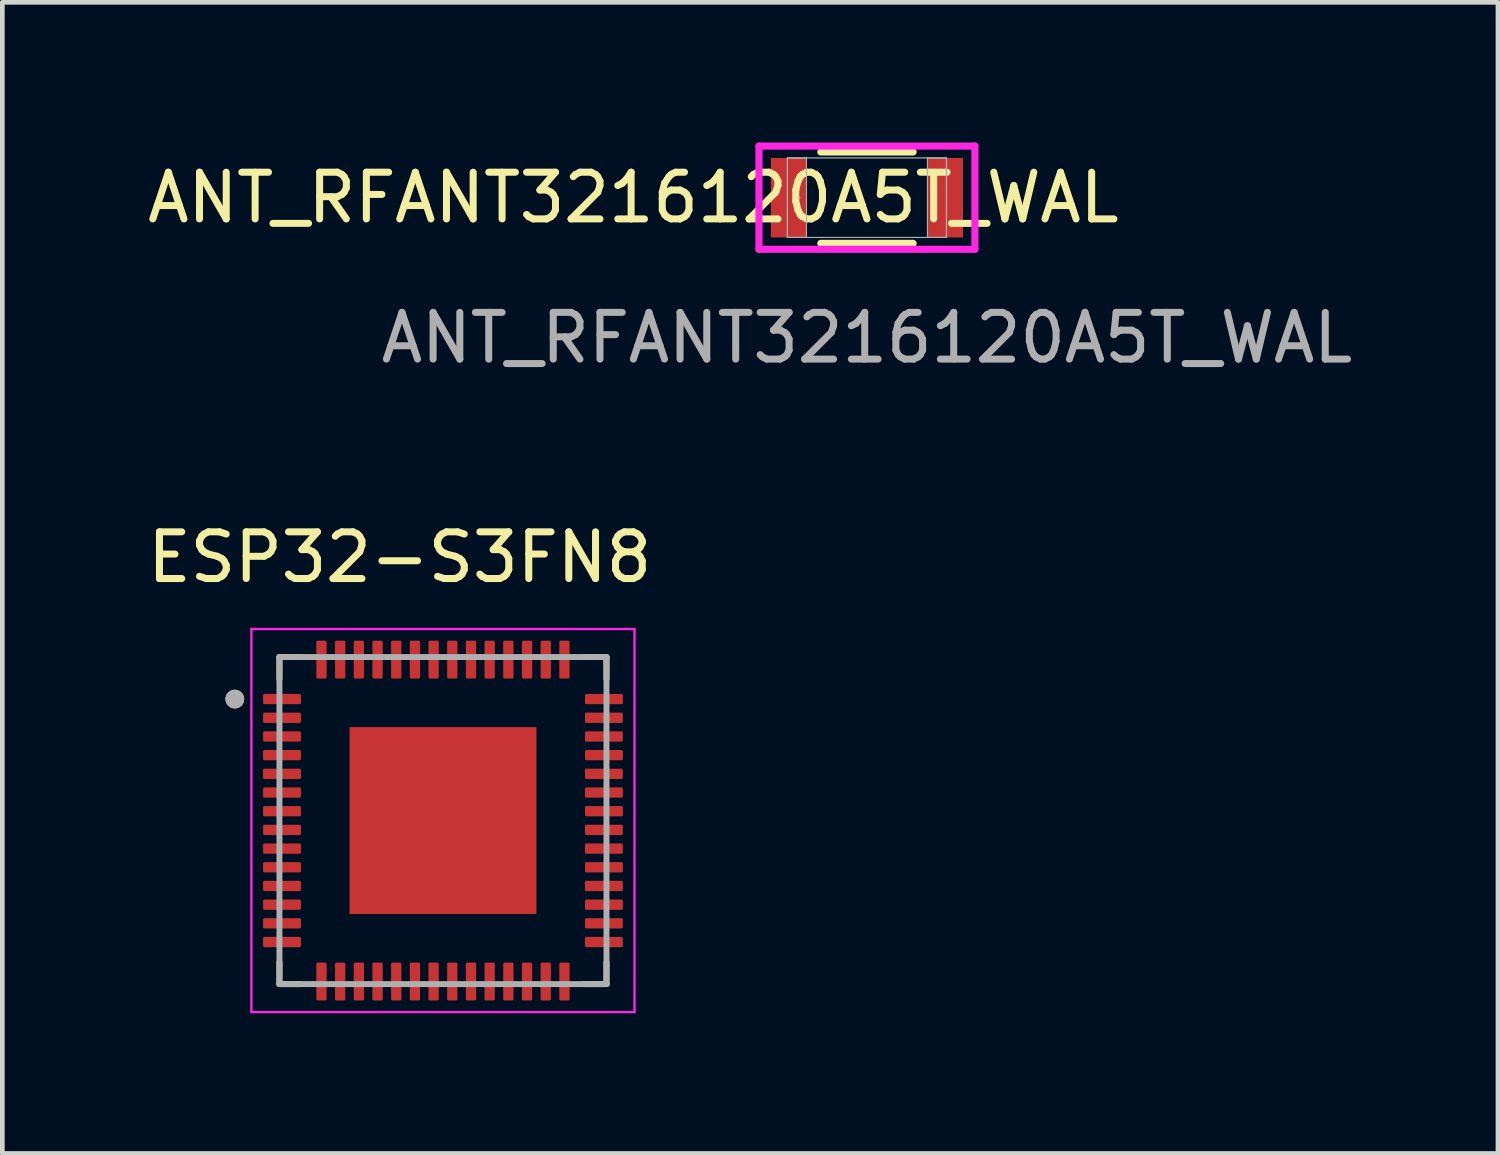
<source format=kicad_pcb>
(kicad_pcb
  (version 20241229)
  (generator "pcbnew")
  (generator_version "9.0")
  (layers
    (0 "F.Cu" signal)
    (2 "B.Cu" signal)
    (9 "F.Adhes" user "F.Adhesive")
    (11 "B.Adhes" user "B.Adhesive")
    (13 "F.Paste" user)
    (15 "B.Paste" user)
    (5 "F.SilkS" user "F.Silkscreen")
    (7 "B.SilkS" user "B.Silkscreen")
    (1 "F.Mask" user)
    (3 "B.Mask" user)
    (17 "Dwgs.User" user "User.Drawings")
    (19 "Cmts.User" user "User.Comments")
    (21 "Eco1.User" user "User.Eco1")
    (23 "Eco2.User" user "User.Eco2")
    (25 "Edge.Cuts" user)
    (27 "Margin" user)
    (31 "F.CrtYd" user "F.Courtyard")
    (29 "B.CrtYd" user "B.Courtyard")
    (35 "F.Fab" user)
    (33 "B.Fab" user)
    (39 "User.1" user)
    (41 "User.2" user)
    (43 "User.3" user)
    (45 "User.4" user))
  (footprint "ESP32-S3FN8"
    (layer "F.Cu")
    (at 6.431 14.513)
    (property "Reference" "ESP32-S3FN8" (at -0.925 -5.635 0) (layer "F.SilkS") (effects (font (size 1 1) (thickness 0.15))))
    (attr smd)
    (fp_line (start -3.5 -3.5) (end -3.5 -3.03) (stroke (width 0.127) (type solid)) (layer "F.SilkS"))
    (fp_line (start -3.5 -3.5) (end -3.03 -3.5) (stroke (width 0.127) (type solid)) (layer "F.SilkS"))
    (fp_line (start -3.5 3.5) (end -3.5 3.03) (stroke (width 0.127) (type solid)) (layer "F.SilkS"))
    (fp_line (start -3.5 3.5) (end -3.03 3.5) (stroke (width 0.127) (type solid)) (layer "F.SilkS"))
    (fp_line (start 3.5 -3.5) (end 3.03 -3.5) (stroke (width 0.127) (type solid)) (layer "F.SilkS"))
    (fp_line (start 3.5 -3.5) (end 3.5 -3.03) (stroke (width 0.127) (type solid)) (layer "F.SilkS"))
    (fp_line (start 3.5 3.5) (end 3.03 3.5) (stroke (width 0.127) (type solid)) (layer "F.SilkS"))
    (fp_line (start 3.5 3.5) (end 3.5 3.03) (stroke (width 0.127) (type solid)) (layer "F.SilkS"))
    (fp_circle (center -4.455 -2.6) (end -4.355 -2.6) (stroke (width 0.2) (type solid)) (fill no) (layer "F.SilkS"))
    (fp_poly (pts (xy -1.515 -1.515) (xy -0.245 -1.515) (xy -0.245 -0.245) (xy -1.515 -0.245)) (stroke (width 0.01) (type solid)) (fill yes) (layer "F.Paste"))
    (fp_poly (pts (xy -1.515 0.245) (xy -0.245 0.245) (xy -0.245 1.515) (xy -1.515 1.515)) (stroke (width 0.01) (type solid)) (fill yes) (layer "F.Paste"))
    (fp_poly (pts (xy 0.245 -1.515) (xy 1.515 -1.515) (xy 1.515 -0.245) (xy 0.245 -0.245)) (stroke (width 0.01) (type solid)) (fill yes) (layer "F.Paste"))
    (fp_poly (pts (xy 0.245 0.245) (xy 1.515 0.245) (xy 1.515 1.515) (xy 0.245 1.515)) (stroke (width 0.01) (type solid)) (fill yes) (layer "F.Paste"))
    (fp_line (start -4.1 -4.1) (end 4.1 -4.1) (stroke (width 0.05) (type solid)) (layer "F.CrtYd"))
    (fp_line (start -4.1 4.1) (end -4.1 -4.1) (stroke (width 0.05) (type solid)) (layer "F.CrtYd"))
    (fp_line (start -4.1 4.1) (end 4.1 4.1) (stroke (width 0.05) (type solid)) (layer "F.CrtYd"))
    (fp_line (start 4.1 4.1) (end 4.1 -4.1) (stroke (width 0.05) (type solid)) (layer "F.CrtYd"))
    (fp_line (start -3.5 3.5) (end -3.5 -3.5) (stroke (width 0.127) (type solid)) (layer "F.Fab"))
    (fp_line (start 3.5 -3.5) (end -3.5 -3.5) (stroke (width 0.127) (type solid)) (layer "F.Fab"))
    (fp_line (start 3.5 3.5) (end -3.5 3.5) (stroke (width 0.127) (type solid)) (layer "F.Fab"))
    (fp_line (start 3.5 3.5) (end 3.5 -3.5) (stroke (width 0.127) (type solid)) (layer "F.Fab"))
    (fp_circle (center -4.455 -2.6) (end -4.355 -2.6) (stroke (width 0.2) (type solid)) (fill no) (layer "F.Fab"))
    (pad "1" smd roundrect (at -3.445 -2.6) (size 0.81 0.22) (layers "F.Cu" "F.Mask" "F.Paste") (roundrect_rratio 0.125))
    (pad "2" smd roundrect (at -3.445 -2.2) (size 0.81 0.22) (layers "F.Cu" "F.Mask" "F.Paste") (roundrect_rratio 0.125))
    (pad "3" smd roundrect (at -3.445 -1.8) (size 0.81 0.22) (layers "F.Cu" "F.Mask" "F.Paste") (roundrect_rratio 0.125))
    (pad "4" smd roundrect (at -3.445 -1.4) (size 0.81 0.22) (layers "F.Cu" "F.Mask" "F.Paste") (roundrect_rratio 0.125))
    (pad "5" smd roundrect (at -3.445 -1) (size 0.81 0.22) (layers "F.Cu" "F.Mask" "F.Paste") (roundrect_rratio 0.125))
    (pad "6" smd roundrect (at -3.445 -0.6) (size 0.81 0.22) (layers "F.Cu" "F.Mask" "F.Paste") (roundrect_rratio 0.125))
    (pad "7" smd roundrect (at -3.445 -0.2) (size 0.81 0.22) (layers "F.Cu" "F.Mask" "F.Paste") (roundrect_rratio 0.125))
    (pad "8" smd roundrect (at -3.445 0.2) (size 0.81 0.22) (layers "F.Cu" "F.Mask" "F.Paste") (roundrect_rratio 0.125))
    (pad "9" smd roundrect (at -3.445 0.6) (size 0.81 0.22) (layers "F.Cu" "F.Mask" "F.Paste") (roundrect_rratio 0.125))
    (pad "10" smd roundrect (at -3.445 1) (size 0.81 0.22) (layers "F.Cu" "F.Mask" "F.Paste") (roundrect_rratio 0.125))
    (pad "11" smd roundrect (at -3.445 1.4) (size 0.81 0.22) (layers "F.Cu" "F.Mask" "F.Paste") (roundrect_rratio 0.125))
    (pad "12" smd roundrect (at -3.445 1.8) (size 0.81 0.22) (layers "F.Cu" "F.Mask" "F.Paste") (roundrect_rratio 0.125))
    (pad "13" smd roundrect (at -3.445 2.2) (size 0.81 0.22) (layers "F.Cu" "F.Mask" "F.Paste") (roundrect_rratio 0.125))
    (pad "14" smd roundrect (at -3.445 2.6) (size 0.81 0.22) (layers "F.Cu" "F.Mask" "F.Paste") (roundrect_rratio 0.125))
    (pad "15" smd roundrect (at -2.6 3.445) (size 0.22 0.81) (layers "F.Cu" "F.Mask" "F.Paste") (roundrect_rratio 0.125))
    (pad "16" smd roundrect (at -2.2 3.445) (size 0.22 0.81) (layers "F.Cu" "F.Mask" "F.Paste") (roundrect_rratio 0.125))
    (pad "17" smd roundrect (at -1.8 3.445) (size 0.22 0.81) (layers "F.Cu" "F.Mask" "F.Paste") (roundrect_rratio 0.125))
    (pad "18" smd roundrect (at -1.4 3.445) (size 0.22 0.81) (layers "F.Cu" "F.Mask" "F.Paste") (roundrect_rratio 0.125))
    (pad "19" smd roundrect (at -1 3.445) (size 0.22 0.81) (layers "F.Cu" "F.Mask" "F.Paste") (roundrect_rratio 0.125))
    (pad "20" smd roundrect (at -0.6 3.445) (size 0.22 0.81) (layers "F.Cu" "F.Mask" "F.Paste") (roundrect_rratio 0.125))
    (pad "21" smd roundrect (at -0.2 3.445) (size 0.22 0.81) (layers "F.Cu" "F.Mask" "F.Paste") (roundrect_rratio 0.125))
    (pad "22" smd roundrect (at 0.2 3.445) (size 0.22 0.81) (layers "F.Cu" "F.Mask" "F.Paste") (roundrect_rratio 0.125))
    (pad "23" smd roundrect (at 0.6 3.445) (size 0.22 0.81) (layers "F.Cu" "F.Mask" "F.Paste") (roundrect_rratio 0.125))
    (pad "24" smd roundrect (at 1 3.445) (size 0.22 0.81) (layers "F.Cu" "F.Mask" "F.Paste") (roundrect_rratio 0.125))
    (pad "25" smd roundrect (at 1.4 3.445) (size 0.22 0.81) (layers "F.Cu" "F.Mask" "F.Paste") (roundrect_rratio 0.125))
    (pad "26" smd roundrect (at 1.8 3.445) (size 0.22 0.81) (layers "F.Cu" "F.Mask" "F.Paste") (roundrect_rratio 0.125))
    (pad "27" smd roundrect (at 2.2 3.445) (size 0.22 0.81) (layers "F.Cu" "F.Mask" "F.Paste") (roundrect_rratio 0.125))
    (pad "28" smd roundrect (at 2.6 3.445) (size 0.22 0.81) (layers "F.Cu" "F.Mask" "F.Paste") (roundrect_rratio 0.125))
    (pad "29" smd roundrect (at 3.445 2.6) (size 0.81 0.22) (layers "F.Cu" "F.Mask" "F.Paste") (roundrect_rratio 0.125))
    (pad "30" smd roundrect (at 3.445 2.2) (size 0.81 0.22) (layers "F.Cu" "F.Mask" "F.Paste") (roundrect_rratio 0.125))
    (pad "31" smd roundrect (at 3.445 1.8) (size 0.81 0.22) (layers "F.Cu" "F.Mask" "F.Paste") (roundrect_rratio 0.125))
    (pad "32" smd roundrect (at 3.445 1.4) (size 0.81 0.22) (layers "F.Cu" "F.Mask" "F.Paste") (roundrect_rratio 0.125))
    (pad "33" smd roundrect (at 3.445 1) (size 0.81 0.22) (layers "F.Cu" "F.Mask" "F.Paste") (roundrect_rratio 0.125))
    (pad "34" smd roundrect (at 3.445 0.6) (size 0.81 0.22) (layers "F.Cu" "F.Mask" "F.Paste") (roundrect_rratio 0.125))
    (pad "35" smd roundrect (at 3.445 0.2) (size 0.81 0.22) (layers "F.Cu" "F.Mask" "F.Paste") (roundrect_rratio 0.125))
    (pad "36" smd roundrect (at 3.445 -0.2) (size 0.81 0.22) (layers "F.Cu" "F.Mask" "F.Paste") (roundrect_rratio 0.125))
    (pad "37" smd roundrect (at 3.445 -0.6) (size 0.81 0.22) (layers "F.Cu" "F.Mask" "F.Paste") (roundrect_rratio 0.125))
    (pad "38" smd roundrect (at 3.445 -1) (size 0.81 0.22) (layers "F.Cu" "F.Mask" "F.Paste") (roundrect_rratio 0.125))
    (pad "39" smd roundrect (at 3.445 -1.4) (size 0.81 0.22) (layers "F.Cu" "F.Mask" "F.Paste") (roundrect_rratio 0.125))
    (pad "40" smd roundrect (at 3.445 -1.8) (size 0.81 0.22) (layers "F.Cu" "F.Mask" "F.Paste") (roundrect_rratio 0.125))
    (pad "41" smd roundrect (at 3.445 -2.2) (size 0.81 0.22) (layers "F.Cu" "F.Mask" "F.Paste") (roundrect_rratio 0.125))
    (pad "42" smd roundrect (at 3.445 -2.6) (size 0.81 0.22) (layers "F.Cu" "F.Mask" "F.Paste") (roundrect_rratio 0.125))
    (pad "43" smd roundrect (at 2.6 -3.445) (size 0.22 0.81) (layers "F.Cu" "F.Mask" "F.Paste") (roundrect_rratio 0.125))
    (pad "44" smd roundrect (at 2.2 -3.445) (size 0.22 0.81) (layers "F.Cu" "F.Mask" "F.Paste") (roundrect_rratio 0.125))
    (pad "45" smd roundrect (at 1.8 -3.445) (size 0.22 0.81) (layers "F.Cu" "F.Mask" "F.Paste") (roundrect_rratio 0.125))
    (pad "46" smd roundrect (at 1.4 -3.445) (size 0.22 0.81) (layers "F.Cu" "F.Mask" "F.Paste") (roundrect_rratio 0.125))
    (pad "47" smd roundrect (at 1 -3.445) (size 0.22 0.81) (layers "F.Cu" "F.Mask" "F.Paste") (roundrect_rratio 0.125))
    (pad "48" smd roundrect (at 0.6 -3.445) (size 0.22 0.81) (layers "F.Cu" "F.Mask" "F.Paste") (roundrect_rratio 0.125))
    (pad "49" smd roundrect (at 0.2 -3.445) (size 0.22 0.81) (layers "F.Cu" "F.Mask" "F.Paste") (roundrect_rratio 0.125))
    (pad "50" smd roundrect (at -0.2 -3.445) (size 0.22 0.81) (layers "F.Cu" "F.Mask" "F.Paste") (roundrect_rratio 0.125))
    (pad "51" smd roundrect (at -0.6 -3.445) (size 0.22 0.81) (layers "F.Cu" "F.Mask" "F.Paste") (roundrect_rratio 0.125))
    (pad "52" smd roundrect (at -1 -3.445) (size 0.22 0.81) (layers "F.Cu" "F.Mask" "F.Paste") (roundrect_rratio 0.125))
    (pad "53" smd roundrect (at -1.4 -3.445) (size 0.22 0.81) (layers "F.Cu" "F.Mask" "F.Paste") (roundrect_rratio 0.125))
    (pad "54" smd roundrect (at -1.8 -3.445) (size 0.22 0.81) (layers "F.Cu" "F.Mask" "F.Paste") (roundrect_rratio 0.125))
    (pad "55" smd roundrect (at -2.2 -3.445) (size 0.22 0.81) (layers "F.Cu" "F.Mask" "F.Paste") (roundrect_rratio 0.125))
    (pad "56" smd roundrect (at -2.6 -3.445) (size 0.22 0.81) (layers "F.Cu" "F.Mask" "F.Paste") (roundrect_rratio 0.125))
    (pad "57" smd rect (at 0 0) (size 4 4) (layers "F.Cu" "F.Mask")))
  (footprint "ANT_RFANT3216120A5T_WAL"
    (layer "F.Cu")
    (at 15.506 1.181)
    (property "Reference" "ANT_RFANT3216120A5T_WAL" (at -5 0 0) (unlocked yes) (layer "F.SilkS") (effects (font (size 1 1) (thickness 0.15))))
    (attr smd)
    (fp_line (start -0.988 0.978) (end 0.988 0.978) (stroke (width 0.152) (type solid)) (layer "F.SilkS"))
    (fp_line (start 0.988 -0.978) (end -0.988 -0.978) (stroke (width 0.152) (type solid)) (layer "F.SilkS"))
    (fp_line (start -2.311 -1.105) (end 2.311 -1.105) (stroke (width 0.152) (type solid)) (layer "F.CrtYd"))
    (fp_line (start -2.311 1.105) (end -2.311 -1.105) (stroke (width 0.152) (type solid)) (layer "F.CrtYd"))
    (fp_line (start 2.311 -1.105) (end 2.311 1.105) (stroke (width 0.152) (type solid)) (layer "F.CrtYd"))
    (fp_line (start 2.311 1.105) (end -2.311 1.105) (stroke (width 0.152) (type solid)) (layer "F.CrtYd"))
    (fp_line (start -1.702 -0.851) (end -1.702 0.851) (stroke (width 0.025) (type solid)) (layer "F.Fab"))
    (fp_line (start -1.702 -0.851) (end -1.702 0.851) (stroke (width 0.025) (type solid)) (layer "F.Fab"))
    (fp_line (start -1.702 0.851) (end -1.295 0.851) (stroke (width 0.025) (type solid)) (layer "F.Fab"))
    (fp_line (start -1.702 0.851) (end 1.702 0.851) (stroke (width 0.025) (type solid)) (layer "F.Fab"))
    (fp_line (start -1.295 -0.851) (end -1.702 -0.851) (stroke (width 0.025) (type solid)) (layer "F.Fab"))
    (fp_line (start -1.295 0.851) (end -1.295 -0.851) (stroke (width 0.025) (type solid)) (layer "F.Fab"))
    (fp_line (start 1.295 -0.851) (end 1.295 0.851) (stroke (width 0.025) (type solid)) (layer "F.Fab"))
    (fp_line (start 1.295 0.851) (end 1.702 0.851) (stroke (width 0.025) (type solid)) (layer "F.Fab"))
    (fp_line (start 1.702 -0.851) (end -1.702 -0.851) (stroke (width 0.025) (type solid)) (layer "F.Fab"))
    (fp_line (start 1.702 -0.851) (end 1.295 -0.851) (stroke (width 0.025) (type solid)) (layer "F.Fab"))
    (fp_line (start 1.702 0.851) (end 1.702 -0.851) (stroke (width 0.025) (type solid)) (layer "F.Fab"))
    (fp_line (start 1.702 0.851) (end 1.702 -0.851) (stroke (width 0.025) (type solid)) (layer "F.Fab"))
    (fp_circle (center -1.448 0) (end -1.448 0) (stroke (width 0.025) (type solid)) (fill no) (layer "F.Fab"))
    (fp_text user "${REFERENCE}" (at 0 3 0) (unlocked yes) (layer "F.Fab") (effects (font (size 1 1) (thickness 0.15))))
    (pad "1" smd rect (at -1.676 0) (size 0.762 1.702) (layers "F.Cu" "F.Mask" "F.Paste"))
    (pad "2" smd rect (at 1.676 0) (size 0.762 1.702) (layers "F.Cu" "F.Mask" "F.Paste"))
    (zone (net_name "") (layer "F.Cu") (hatch full 0.508) (connect_pads) (min_thickness 0.254) (filled_areas_thickness no) (keepout (tracks not_allowed) (vias not_allowed) (pads allowed) (copperpour not_allowed) (footprints allowed)) (placement (enabled no)) (fill) (polygon (pts (xy 14.261 0.381) (xy 16.751 0.381) (xy 16.751 1.981) (xy 14.261 1.981)))))
  (gr_rect
    (start -3 -3)
    (end 29.012 21.638)
    (stroke (width 0.1) (type default))
    (fill no)
    (layer "Edge.Cuts")))
</source>
